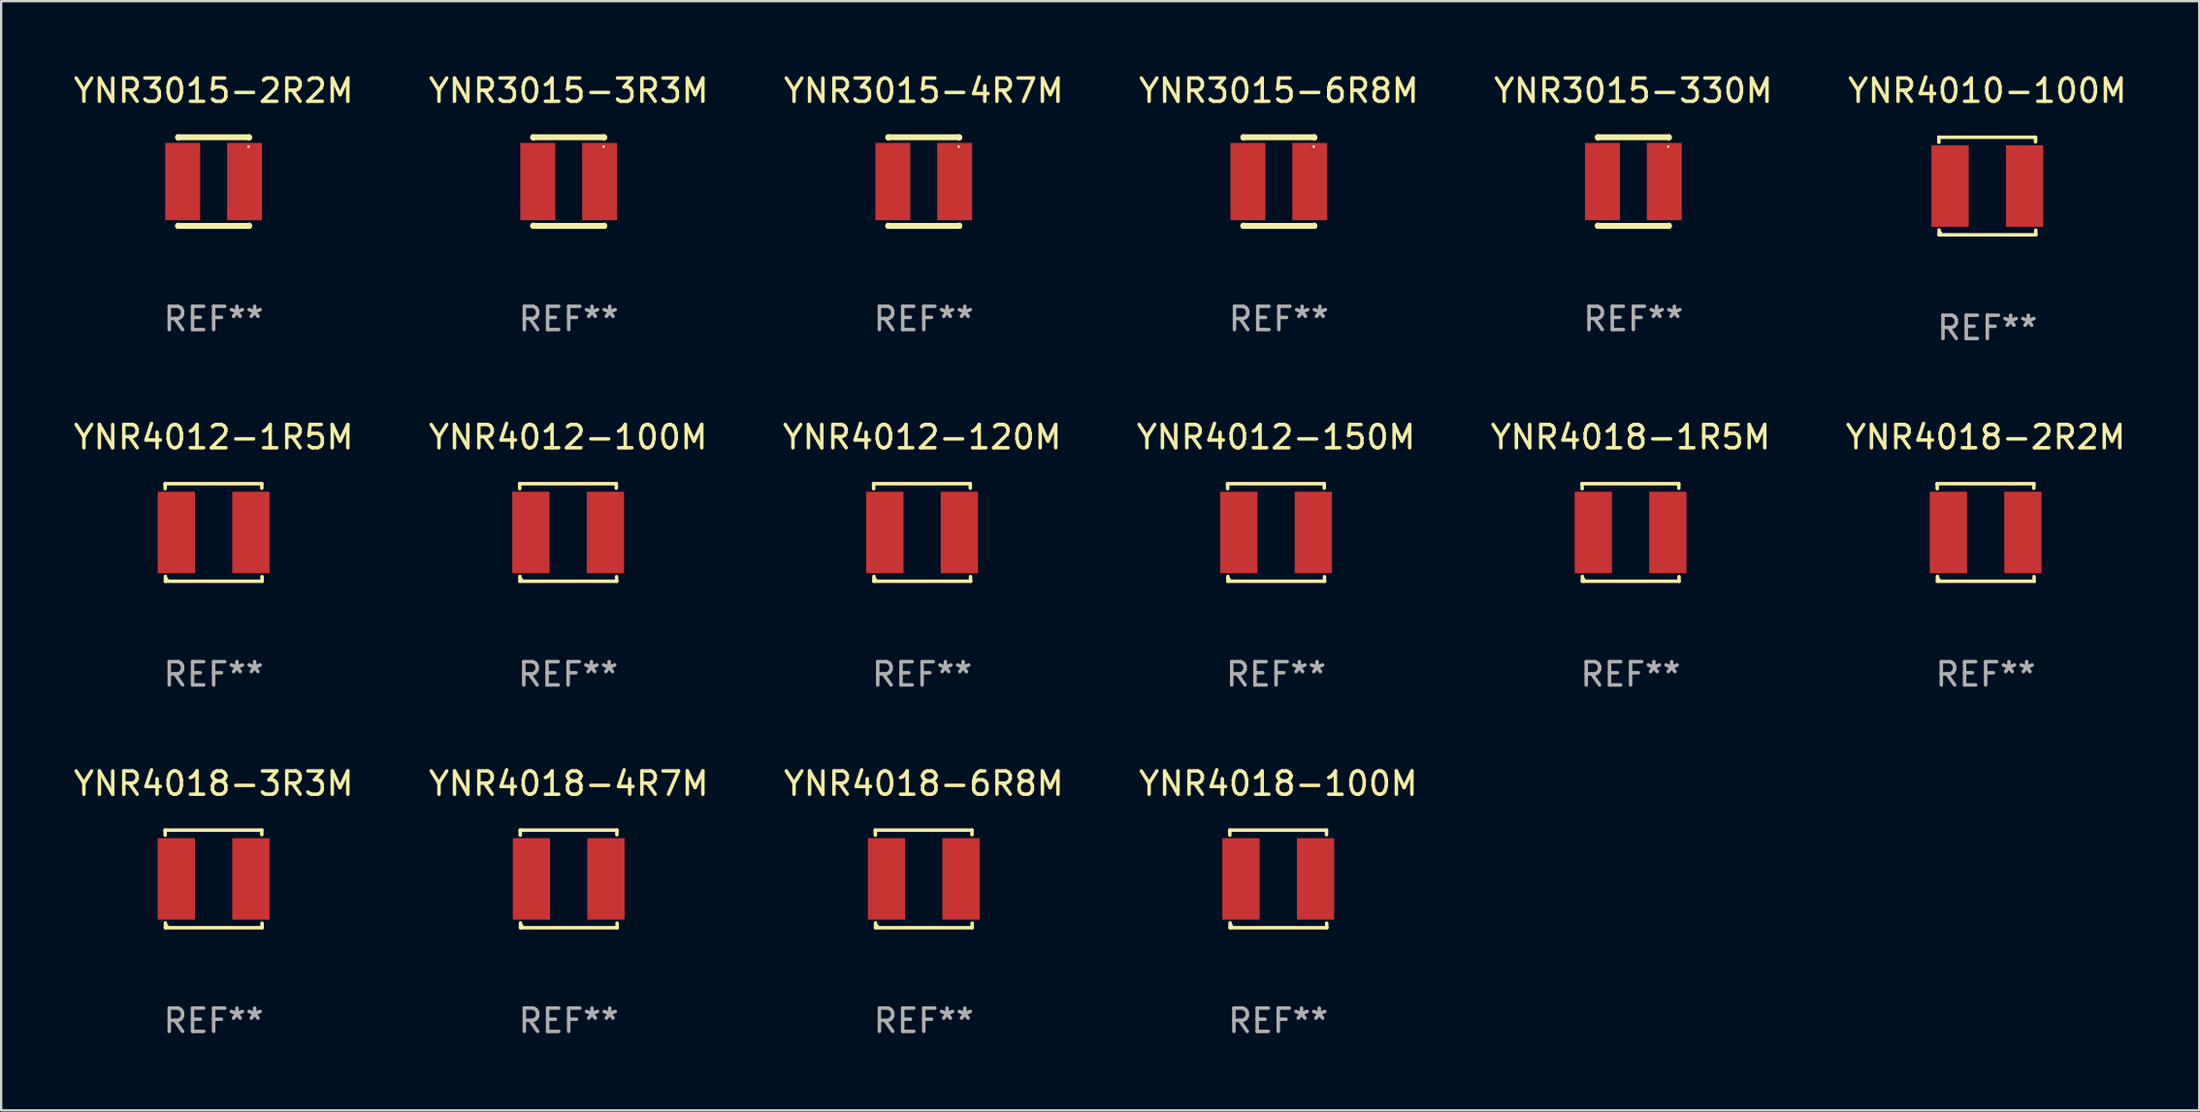
<source format=kicad_pcb>
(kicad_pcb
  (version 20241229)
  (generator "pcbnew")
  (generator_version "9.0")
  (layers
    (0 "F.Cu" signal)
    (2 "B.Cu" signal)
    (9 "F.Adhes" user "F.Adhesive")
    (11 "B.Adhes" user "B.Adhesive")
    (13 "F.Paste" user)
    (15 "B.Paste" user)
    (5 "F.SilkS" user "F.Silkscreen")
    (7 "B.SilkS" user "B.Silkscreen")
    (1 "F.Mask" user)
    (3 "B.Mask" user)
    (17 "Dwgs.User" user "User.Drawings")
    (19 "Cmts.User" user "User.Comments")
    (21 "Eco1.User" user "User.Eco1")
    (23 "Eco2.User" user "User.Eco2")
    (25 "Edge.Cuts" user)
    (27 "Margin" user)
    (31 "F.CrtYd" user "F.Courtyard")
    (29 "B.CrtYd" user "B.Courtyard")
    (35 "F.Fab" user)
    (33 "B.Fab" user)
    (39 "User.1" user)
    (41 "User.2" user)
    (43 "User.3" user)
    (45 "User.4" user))
  (footprint "YNR4012-150M"
    (layer "F.Cu")
    (at 51.756 19.832)
    (property "Reference" "YNR4012-150M" (at 0 -4.096 0) (layer "F.SilkS") (effects (font (size 1 1) (thickness 0.15))))
    (attr through_hole)
    (fp_line (start -2.083 -2.096) (end -2.08 -1.88) (stroke (width 0.15) (type solid)) (layer "F.SilkS"))
    (fp_line (start -2.07 1.89) (end -2.07 2.096) (stroke (width 0.15) (type solid)) (layer "F.SilkS"))
    (fp_line (start -2.07 2.096) (end 2.083 2.096) (stroke (width 0.15) (type solid)) (layer "F.SilkS"))
    (fp_line (start 2.07 -1.9) (end 2.07 -2.096) (stroke (width 0.15) (type solid)) (layer "F.SilkS"))
    (fp_line (start 2.07 -2.096) (end -2.083 -2.096) (stroke (width 0.15) (type solid)) (layer "F.SilkS"))
    (fp_line (start 2.083 2.096) (end 2.08 1.9) (stroke (width 0.15) (type solid)) (layer "F.SilkS"))
    (fp_circle (center -2 2) (end -1.97 2) (stroke (width 0.06) (type solid)) (fill no) (layer "F.SilkS"))
    (fp_text user "REF**" (at 0 6.096 0) (layer "F.Fab") (effects (font (size 1 1) (thickness 0.15))))
    (pad "1" smd rect (at -1.6 -0.000343) (size 1.6 3.5) (layers "F.Cu" "F.Mask" "F.Paste"))
    (pad "2" smd rect (at 1.6 -0.000343) (size 1.6 3.5) (layers "F.Cu" "F.Mask" "F.Paste")))
  (footprint "YNR4012-120M"
    (layer "F.Cu")
    (at 36.554 19.832)
    (property "Reference" "YNR4012-120M" (at 0 -4.096 0) (layer "F.SilkS") (effects (font (size 1 1) (thickness 0.15))))
    (attr through_hole)
    (fp_line (start -2.083 -2.096) (end -2.08 -1.88) (stroke (width 0.15) (type solid)) (layer "F.SilkS"))
    (fp_line (start -2.07 1.89) (end -2.07 2.096) (stroke (width 0.15) (type solid)) (layer "F.SilkS"))
    (fp_line (start -2.07 2.096) (end 2.083 2.096) (stroke (width 0.15) (type solid)) (layer "F.SilkS"))
    (fp_line (start 2.07 -1.9) (end 2.07 -2.096) (stroke (width 0.15) (type solid)) (layer "F.SilkS"))
    (fp_line (start 2.07 -2.096) (end -2.083 -2.096) (stroke (width 0.15) (type solid)) (layer "F.SilkS"))
    (fp_line (start 2.083 2.096) (end 2.08 1.9) (stroke (width 0.15) (type solid)) (layer "F.SilkS"))
    (fp_circle (center -2 2) (end -1.97 2) (stroke (width 0.06) (type solid)) (fill no) (layer "F.SilkS"))
    (fp_text user "REF**" (at 0 6.096 0) (layer "F.Fab") (effects (font (size 1 1) (thickness 0.15))))
    (pad "1" smd rect (at -1.6 -0.000343) (size 1.6 3.5) (layers "F.Cu" "F.Mask" "F.Paste"))
    (pad "2" smd rect (at 1.6 -0.000343) (size 1.6 3.5) (layers "F.Cu" "F.Mask" "F.Paste")))
  (footprint "YNR4012-1R5M"
    (layer "F.Cu")
    (at 6.125 19.832)
    (property "Reference" "YNR4012-1R5M" (at 0 -4.096 0) (layer "F.SilkS") (effects (font (size 1 1) (thickness 0.15))))
    (attr through_hole)
    (fp_line (start -2.083 -2.096) (end -2.08 -1.88) (stroke (width 0.15) (type solid)) (layer "F.SilkS"))
    (fp_line (start -2.07 1.89) (end -2.07 2.096) (stroke (width 0.15) (type solid)) (layer "F.SilkS"))
    (fp_line (start -2.07 2.096) (end 2.083 2.096) (stroke (width 0.15) (type solid)) (layer "F.SilkS"))
    (fp_line (start 2.07 -1.9) (end 2.07 -2.096) (stroke (width 0.15) (type solid)) (layer "F.SilkS"))
    (fp_line (start 2.07 -2.096) (end -2.083 -2.096) (stroke (width 0.15) (type solid)) (layer "F.SilkS"))
    (fp_line (start 2.083 2.096) (end 2.08 1.9) (stroke (width 0.15) (type solid)) (layer "F.SilkS"))
    (fp_circle (center -2 2) (end -1.97 2) (stroke (width 0.06) (type solid)) (fill no) (layer "F.SilkS"))
    (fp_text user "REF**" (at 0 6.096 0) (layer "F.Fab") (effects (font (size 1 1) (thickness 0.15))))
    (pad "1" smd rect (at -1.6 -0.000343) (size 1.6 3.5) (layers "F.Cu" "F.Mask" "F.Paste"))
    (pad "2" smd rect (at 1.6 -0.000343) (size 1.6 3.5) (layers "F.Cu" "F.Mask" "F.Paste")))
  (footprint "YNR4018-2R2M"
    (layer "F.Cu")
    (at 82.232 19.832)
    (property "Reference" "YNR4018-2R2M" (at 0 -4.096 0) (layer "F.SilkS") (effects (font (size 1 1) (thickness 0.15))))
    (attr through_hole)
    (fp_line (start -2.083 -2.096) (end -2.08 -1.88) (stroke (width 0.15) (type solid)) (layer "F.SilkS"))
    (fp_line (start -2.07 1.89) (end -2.07 2.096) (stroke (width 0.15) (type solid)) (layer "F.SilkS"))
    (fp_line (start -2.07 2.096) (end 2.083 2.096) (stroke (width 0.15) (type solid)) (layer "F.SilkS"))
    (fp_line (start 2.07 -1.9) (end 2.07 -2.096) (stroke (width 0.15) (type solid)) (layer "F.SilkS"))
    (fp_line (start 2.07 -2.096) (end -2.083 -2.096) (stroke (width 0.15) (type solid)) (layer "F.SilkS"))
    (fp_line (start 2.083 2.096) (end 2.08 1.9) (stroke (width 0.15) (type solid)) (layer "F.SilkS"))
    (fp_circle (center -2 2) (end -1.97 2) (stroke (width 0.06) (type solid)) (fill no) (layer "F.SilkS"))
    (fp_text user "REF**" (at 0 6.096 0) (layer "F.Fab") (effects (font (size 1 1) (thickness 0.15))))
    (pad "1" smd rect (at -1.6 -0.000343) (size 1.6 3.5) (layers "F.Cu" "F.Mask" "F.Paste"))
    (pad "2" smd rect (at 1.6 -0.000343) (size 1.6 3.5) (layers "F.Cu" "F.Mask" "F.Paste")))
  (footprint "YNR4018-3R3M"
    (layer "F.Cu")
    (at 6.125 34.72)
    (property "Reference" "YNR4018-3R3M" (at 0 -4.096 0) (layer "F.SilkS") (effects (font (size 1 1) (thickness 0.15))))
    (attr through_hole)
    (fp_line (start -2.083 -2.096) (end -2.08 -1.88) (stroke (width 0.15) (type solid)) (layer "F.SilkS"))
    (fp_line (start -2.07 1.89) (end -2.07 2.096) (stroke (width 0.15) (type solid)) (layer "F.SilkS"))
    (fp_line (start -2.07 2.096) (end 2.083 2.096) (stroke (width 0.15) (type solid)) (layer "F.SilkS"))
    (fp_line (start 2.07 -1.9) (end 2.07 -2.096) (stroke (width 0.15) (type solid)) (layer "F.SilkS"))
    (fp_line (start 2.07 -2.096) (end -2.083 -2.096) (stroke (width 0.15) (type solid)) (layer "F.SilkS"))
    (fp_line (start 2.083 2.096) (end 2.08 1.9) (stroke (width 0.15) (type solid)) (layer "F.SilkS"))
    (fp_circle (center -2 2) (end -1.97 2) (stroke (width 0.06) (type solid)) (fill no) (layer "F.SilkS"))
    (fp_text user "REF**" (at 0 6.096 0) (layer "F.Fab") (effects (font (size 1 1) (thickness 0.15))))
    (pad "1" smd rect (at -1.6 -0.000343) (size 1.6 3.5) (layers "F.Cu" "F.Mask" "F.Paste"))
    (pad "2" smd rect (at 1.6 -0.000343) (size 1.6 3.5) (layers "F.Cu" "F.Mask" "F.Paste")))
  (footprint "YNR4018-100M"
    (layer "F.Cu")
    (at 51.851 34.72)
    (property "Reference" "YNR4018-100M" (at 0 -4.096 0) (layer "F.SilkS") (effects (font (size 1 1) (thickness 0.15))))
    (attr through_hole)
    (fp_line (start -2.083 -2.096) (end -2.08 -1.88) (stroke (width 0.15) (type solid)) (layer "F.SilkS"))
    (fp_line (start -2.07 1.89) (end -2.07 2.096) (stroke (width 0.15) (type solid)) (layer "F.SilkS"))
    (fp_line (start -2.07 2.096) (end 2.083 2.096) (stroke (width 0.15) (type solid)) (layer "F.SilkS"))
    (fp_line (start 2.07 -1.9) (end 2.07 -2.096) (stroke (width 0.15) (type solid)) (layer "F.SilkS"))
    (fp_line (start 2.07 -2.096) (end -2.083 -2.096) (stroke (width 0.15) (type solid)) (layer "F.SilkS"))
    (fp_line (start 2.083 2.096) (end 2.08 1.9) (stroke (width 0.15) (type solid)) (layer "F.SilkS"))
    (fp_circle (center -2 2) (end -1.97 2) (stroke (width 0.06) (type solid)) (fill no) (layer "F.SilkS"))
    (fp_text user "REF**" (at 0 6.096 0) (layer "F.Fab") (effects (font (size 1 1) (thickness 0.15))))
    (pad "1" smd rect (at -1.6 -0.000343) (size 1.6 3.5) (layers "F.Cu" "F.Mask" "F.Paste"))
    (pad "2" smd rect (at 1.6 -0.000343) (size 1.6 3.5) (layers "F.Cu" "F.Mask" "F.Paste")))
  (footprint "YNR3015-330M"
    (layer "F.Cu")
    (at 67.101 4.753)
    (property "Reference" "YNR3015-330M" (at 0 -3.905 0) (layer "F.SilkS") (effects (font (size 1 1) (thickness 0.15))))
    (attr through_hole)
    (fp_line (start -1.524 -1.905) (end 1.524 -1.905) (stroke (width 0.254) (type solid)) (layer "F.SilkS"))
    (fp_line (start -1.524 -1.891) (end -1.524 -1.905) (stroke (width 0.254) (type solid)) (layer "F.SilkS"))
    (fp_line (start -1.524 1.905) (end -1.524 1.891) (stroke (width 0.254) (type solid)) (layer "F.SilkS"))
    (fp_line (start -1.524 1.905) (end 1.524 1.905) (stroke (width 0.254) (type solid)) (layer "F.SilkS"))
    (fp_line (start 1.524 -1.905) (end 1.524 -1.891) (stroke (width 0.254) (type solid)) (layer "F.SilkS"))
    (fp_line (start 1.524 1.891) (end 1.524 1.905) (stroke (width 0.254) (type solid)) (layer "F.SilkS"))
    (fp_circle (center 1.5 -1.5) (end 1.53 -1.5) (stroke (width 0.06) (type solid)) (fill no) (layer "F.SilkS"))
    (fp_text user "REF**" (at 0 5.905 0) (layer "F.Fab") (effects (font (size 1 1) (thickness 0.15))))
    (pad "1" smd rect (at 1.328 0) (size 1.5 3.32) (layers "F.Cu" "F.Mask" "F.Paste"))
    (pad "2" smd rect (at -1.328 0) (size 1.5 3.32) (layers "F.Cu" "F.Mask" "F.Paste")))
  (footprint "YNR3015-2R2M"
    (layer "F.Cu")
    (at 6.125 4.753)
    (property "Reference" "YNR3015-2R2M" (at 0 -3.905 0) (layer "F.SilkS") (effects (font (size 1 1) (thickness 0.15))))
    (attr through_hole)
    (fp_line (start -1.524 -1.905) (end 1.524 -1.905) (stroke (width 0.254) (type solid)) (layer "F.SilkS"))
    (fp_line (start -1.524 -1.891) (end -1.524 -1.905) (stroke (width 0.254) (type solid)) (layer "F.SilkS"))
    (fp_line (start -1.524 1.905) (end -1.524 1.891) (stroke (width 0.254) (type solid)) (layer "F.SilkS"))
    (fp_line (start -1.524 1.905) (end 1.524 1.905) (stroke (width 0.254) (type solid)) (layer "F.SilkS"))
    (fp_line (start 1.524 -1.905) (end 1.524 -1.891) (stroke (width 0.254) (type solid)) (layer "F.SilkS"))
    (fp_line (start 1.524 1.891) (end 1.524 1.905) (stroke (width 0.254) (type solid)) (layer "F.SilkS"))
    (fp_circle (center 1.5 -1.5) (end 1.53 -1.5) (stroke (width 0.06) (type solid)) (fill no) (layer "F.SilkS"))
    (fp_text user "REF**" (at 0 5.905 0) (layer "F.Fab") (effects (font (size 1 1) (thickness 0.15))))
    (pad "1" smd rect (at 1.328 0) (size 1.5 3.32) (layers "F.Cu" "F.Mask" "F.Paste"))
    (pad "2" smd rect (at -1.328 0) (size 1.5 3.32) (layers "F.Cu" "F.Mask" "F.Paste")))
  (footprint "YNR4012-100M"
    (layer "F.Cu")
    (at 21.351 19.832)
    (property "Reference" "YNR4012-100M" (at 0 -4.096 0) (layer "F.SilkS") (effects (font (size 1 1) (thickness 0.15))))
    (attr through_hole)
    (fp_line (start -2.083 -2.096) (end -2.08 -1.88) (stroke (width 0.15) (type solid)) (layer "F.SilkS"))
    (fp_line (start -2.07 1.89) (end -2.07 2.096) (stroke (width 0.15) (type solid)) (layer "F.SilkS"))
    (fp_line (start -2.07 2.096) (end 2.083 2.096) (stroke (width 0.15) (type solid)) (layer "F.SilkS"))
    (fp_line (start 2.07 -1.9) (end 2.07 -2.096) (stroke (width 0.15) (type solid)) (layer "F.SilkS"))
    (fp_line (start 2.07 -2.096) (end -2.083 -2.096) (stroke (width 0.15) (type solid)) (layer "F.SilkS"))
    (fp_line (start 2.083 2.096) (end 2.08 1.9) (stroke (width 0.15) (type solid)) (layer "F.SilkS"))
    (fp_circle (center -2 2) (end -1.97 2) (stroke (width 0.06) (type solid)) (fill no) (layer "F.SilkS"))
    (fp_text user "REF**" (at 0 6.096 0) (layer "F.Fab") (effects (font (size 1 1) (thickness 0.15))))
    (pad "1" smd rect (at -1.6 -0.000343) (size 1.6 3.5) (layers "F.Cu" "F.Mask" "F.Paste"))
    (pad "2" smd rect (at 1.6 -0.000343) (size 1.6 3.5) (layers "F.Cu" "F.Mask" "F.Paste")))
  (footprint "YNR4010-100M"
    (layer "F.Cu")
    (at 82.304 4.944)
    (property "Reference" "YNR4010-100M" (at 0 -4.096 0) (layer "F.SilkS") (effects (font (size 1 1) (thickness 0.15))))
    (attr through_hole)
    (fp_line (start -2.083 -2.096) (end -2.08 -1.88) (stroke (width 0.15) (type solid)) (layer "F.SilkS"))
    (fp_line (start -2.07 1.89) (end -2.07 2.096) (stroke (width 0.15) (type solid)) (layer "F.SilkS"))
    (fp_line (start -2.07 2.096) (end 2.083 2.096) (stroke (width 0.15) (type solid)) (layer "F.SilkS"))
    (fp_line (start 2.07 -1.9) (end 2.07 -2.096) (stroke (width 0.15) (type solid)) (layer "F.SilkS"))
    (fp_line (start 2.07 -2.096) (end -2.083 -2.096) (stroke (width 0.15) (type solid)) (layer "F.SilkS"))
    (fp_line (start 2.083 2.096) (end 2.08 1.9) (stroke (width 0.15) (type solid)) (layer "F.SilkS"))
    (fp_circle (center -2 2) (end -1.97 2) (stroke (width 0.06) (type solid)) (fill no) (layer "F.SilkS"))
    (fp_text user "REF**" (at 0 6.096 0) (layer "F.Fab") (effects (font (size 1 1) (thickness 0.15))))
    (pad "1" smd rect (at -1.6 -0.000343) (size 1.6 3.5) (layers "F.Cu" "F.Mask" "F.Paste"))
    (pad "2" smd rect (at 1.6 -0.000343) (size 1.6 3.5) (layers "F.Cu" "F.Mask" "F.Paste")))
  (footprint "YNR3015-3R3M"
    (layer "F.Cu")
    (at 21.375 4.753)
    (property "Reference" "YNR3015-3R3M" (at 0 -3.905 0) (layer "F.SilkS") (effects (font (size 1 1) (thickness 0.15))))
    (attr through_hole)
    (fp_line (start -1.524 -1.905) (end 1.524 -1.905) (stroke (width 0.254) (type solid)) (layer "F.SilkS"))
    (fp_line (start -1.524 -1.891) (end -1.524 -1.905) (stroke (width 0.254) (type solid)) (layer "F.SilkS"))
    (fp_line (start -1.524 1.905) (end -1.524 1.891) (stroke (width 0.254) (type solid)) (layer "F.SilkS"))
    (fp_line (start -1.524 1.905) (end 1.524 1.905) (stroke (width 0.254) (type solid)) (layer "F.SilkS"))
    (fp_line (start 1.524 -1.905) (end 1.524 -1.891) (stroke (width 0.254) (type solid)) (layer "F.SilkS"))
    (fp_line (start 1.524 1.891) (end 1.524 1.905) (stroke (width 0.254) (type solid)) (layer "F.SilkS"))
    (fp_circle (center 1.5 -1.5) (end 1.53 -1.5) (stroke (width 0.06) (type solid)) (fill no) (layer "F.SilkS"))
    (fp_text user "REF**" (at 0 5.905 0) (layer "F.Fab") (effects (font (size 1 1) (thickness 0.15))))
    (pad "1" smd rect (at 1.328 0) (size 1.5 3.32) (layers "F.Cu" "F.Mask" "F.Paste"))
    (pad "2" smd rect (at -1.328 0) (size 1.5 3.32) (layers "F.Cu" "F.Mask" "F.Paste")))
  (footprint "YNR3015-6R8M"
    (layer "F.Cu")
    (at 51.875 4.753)
    (property "Reference" "YNR3015-6R8M" (at 0 -3.905 0) (layer "F.SilkS") (effects (font (size 1 1) (thickness 0.15))))
    (attr through_hole)
    (fp_line (start -1.524 -1.905) (end 1.524 -1.905) (stroke (width 0.254) (type solid)) (layer "F.SilkS"))
    (fp_line (start -1.524 -1.891) (end -1.524 -1.905) (stroke (width 0.254) (type solid)) (layer "F.SilkS"))
    (fp_line (start -1.524 1.905) (end -1.524 1.891) (stroke (width 0.254) (type solid)) (layer "F.SilkS"))
    (fp_line (start -1.524 1.905) (end 1.524 1.905) (stroke (width 0.254) (type solid)) (layer "F.SilkS"))
    (fp_line (start 1.524 -1.905) (end 1.524 -1.891) (stroke (width 0.254) (type solid)) (layer "F.SilkS"))
    (fp_line (start 1.524 1.891) (end 1.524 1.905) (stroke (width 0.254) (type solid)) (layer "F.SilkS"))
    (fp_circle (center 1.5 -1.5) (end 1.53 -1.5) (stroke (width 0.06) (type solid)) (fill no) (layer "F.SilkS"))
    (fp_text user "REF**" (at 0 5.905 0) (layer "F.Fab") (effects (font (size 1 1) (thickness 0.15))))
    (pad "1" smd rect (at 1.328 0) (size 1.5 3.32) (layers "F.Cu" "F.Mask" "F.Paste"))
    (pad "2" smd rect (at -1.328 0) (size 1.5 3.32) (layers "F.Cu" "F.Mask" "F.Paste")))
  (footprint "YNR4018-4R7M"
    (layer "F.Cu")
    (at 21.375 34.72)
    (property "Reference" "YNR4018-4R7M" (at 0 -4.096 0) (layer "F.SilkS") (effects (font (size 1 1) (thickness 0.15))))
    (attr through_hole)
    (fp_line (start -2.083 -2.096) (end -2.08 -1.88) (stroke (width 0.15) (type solid)) (layer "F.SilkS"))
    (fp_line (start -2.07 1.89) (end -2.07 2.096) (stroke (width 0.15) (type solid)) (layer "F.SilkS"))
    (fp_line (start -2.07 2.096) (end 2.083 2.096) (stroke (width 0.15) (type solid)) (layer "F.SilkS"))
    (fp_line (start 2.07 -1.9) (end 2.07 -2.096) (stroke (width 0.15) (type solid)) (layer "F.SilkS"))
    (fp_line (start 2.07 -2.096) (end -2.083 -2.096) (stroke (width 0.15) (type solid)) (layer "F.SilkS"))
    (fp_line (start 2.083 2.096) (end 2.08 1.9) (stroke (width 0.15) (type solid)) (layer "F.SilkS"))
    (fp_circle (center -2 2) (end -1.97 2) (stroke (width 0.06) (type solid)) (fill no) (layer "F.SilkS"))
    (fp_text user "REF**" (at 0 6.096 0) (layer "F.Fab") (effects (font (size 1 1) (thickness 0.15))))
    (pad "1" smd rect (at -1.6 -0.000343) (size 1.6 3.5) (layers "F.Cu" "F.Mask" "F.Paste"))
    (pad "2" smd rect (at 1.6 -0.000343) (size 1.6 3.5) (layers "F.Cu" "F.Mask" "F.Paste")))
  (footprint "YNR3015-4R7M"
    (layer "F.Cu")
    (at 36.625 4.753)
    (property "Reference" "YNR3015-4R7M" (at 0 -3.905 0) (layer "F.SilkS") (effects (font (size 1 1) (thickness 0.15))))
    (attr through_hole)
    (fp_line (start -1.524 -1.905) (end 1.524 -1.905) (stroke (width 0.254) (type solid)) (layer "F.SilkS"))
    (fp_line (start -1.524 -1.891) (end -1.524 -1.905) (stroke (width 0.254) (type solid)) (layer "F.SilkS"))
    (fp_line (start -1.524 1.905) (end -1.524 1.891) (stroke (width 0.254) (type solid)) (layer "F.SilkS"))
    (fp_line (start -1.524 1.905) (end 1.524 1.905) (stroke (width 0.254) (type solid)) (layer "F.SilkS"))
    (fp_line (start 1.524 -1.905) (end 1.524 -1.891) (stroke (width 0.254) (type solid)) (layer "F.SilkS"))
    (fp_line (start 1.524 1.891) (end 1.524 1.905) (stroke (width 0.254) (type solid)) (layer "F.SilkS"))
    (fp_circle (center 1.5 -1.5) (end 1.53 -1.5) (stroke (width 0.06) (type solid)) (fill no) (layer "F.SilkS"))
    (fp_text user "REF**" (at 0 5.905 0) (layer "F.Fab") (effects (font (size 1 1) (thickness 0.15))))
    (pad "1" smd rect (at 1.328 0) (size 1.5 3.32) (layers "F.Cu" "F.Mask" "F.Paste"))
    (pad "2" smd rect (at -1.328 0) (size 1.5 3.32) (layers "F.Cu" "F.Mask" "F.Paste")))
  (footprint "YNR4018-6R8M"
    (layer "F.Cu")
    (at 36.625 34.72)
    (property "Reference" "YNR4018-6R8M" (at 0 -4.096 0) (layer "F.SilkS") (effects (font (size 1 1) (thickness 0.15))))
    (attr through_hole)
    (fp_line (start -2.083 -2.096) (end -2.08 -1.88) (stroke (width 0.15) (type solid)) (layer "F.SilkS"))
    (fp_line (start -2.07 1.89) (end -2.07 2.096) (stroke (width 0.15) (type solid)) (layer "F.SilkS"))
    (fp_line (start -2.07 2.096) (end 2.083 2.096) (stroke (width 0.15) (type solid)) (layer "F.SilkS"))
    (fp_line (start 2.07 -1.9) (end 2.07 -2.096) (stroke (width 0.15) (type solid)) (layer "F.SilkS"))
    (fp_line (start 2.07 -2.096) (end -2.083 -2.096) (stroke (width 0.15) (type solid)) (layer "F.SilkS"))
    (fp_line (start 2.083 2.096) (end 2.08 1.9) (stroke (width 0.15) (type solid)) (layer "F.SilkS"))
    (fp_circle (center -2 2) (end -1.97 2) (stroke (width 0.06) (type solid)) (fill no) (layer "F.SilkS"))
    (fp_text user "REF**" (at 0 6.096 0) (layer "F.Fab") (effects (font (size 1 1) (thickness 0.15))))
    (pad "1" smd rect (at -1.6 -0.000343) (size 1.6 3.5) (layers "F.Cu" "F.Mask" "F.Paste"))
    (pad "2" smd rect (at 1.6 -0.000343) (size 1.6 3.5) (layers "F.Cu" "F.Mask" "F.Paste")))
  (footprint "YNR4018-1R5M"
    (layer "F.Cu")
    (at 66.982 19.832)
    (property "Reference" "YNR4018-1R5M" (at 0 -4.096 0) (layer "F.SilkS") (effects (font (size 1 1) (thickness 0.15))))
    (attr through_hole)
    (fp_line (start -2.083 -2.096) (end -2.08 -1.88) (stroke (width 0.15) (type solid)) (layer "F.SilkS"))
    (fp_line (start -2.07 1.89) (end -2.07 2.096) (stroke (width 0.15) (type solid)) (layer "F.SilkS"))
    (fp_line (start -2.07 2.096) (end 2.083 2.096) (stroke (width 0.15) (type solid)) (layer "F.SilkS"))
    (fp_line (start 2.07 -1.9) (end 2.07 -2.096) (stroke (width 0.15) (type solid)) (layer "F.SilkS"))
    (fp_line (start 2.07 -2.096) (end -2.083 -2.096) (stroke (width 0.15) (type solid)) (layer "F.SilkS"))
    (fp_line (start 2.083 2.096) (end 2.08 1.9) (stroke (width 0.15) (type solid)) (layer "F.SilkS"))
    (fp_circle (center -2 2) (end -1.97 2) (stroke (width 0.06) (type solid)) (fill no) (layer "F.SilkS"))
    (fp_text user "REF**" (at 0 6.096 0) (layer "F.Fab") (effects (font (size 1 1) (thickness 0.15))))
    (pad "1" smd rect (at -1.6 -0.000343) (size 1.6 3.5) (layers "F.Cu" "F.Mask" "F.Paste"))
    (pad "2" smd rect (at 1.6 -0.000343) (size 1.6 3.5) (layers "F.Cu" "F.Mask" "F.Paste")))
  (gr_rect
    (start -3 -3)
    (end 91.405 44.665)
    (stroke (width 0.1) (type default))
    (fill no)
    (layer "Edge.Cuts")))
</source>
